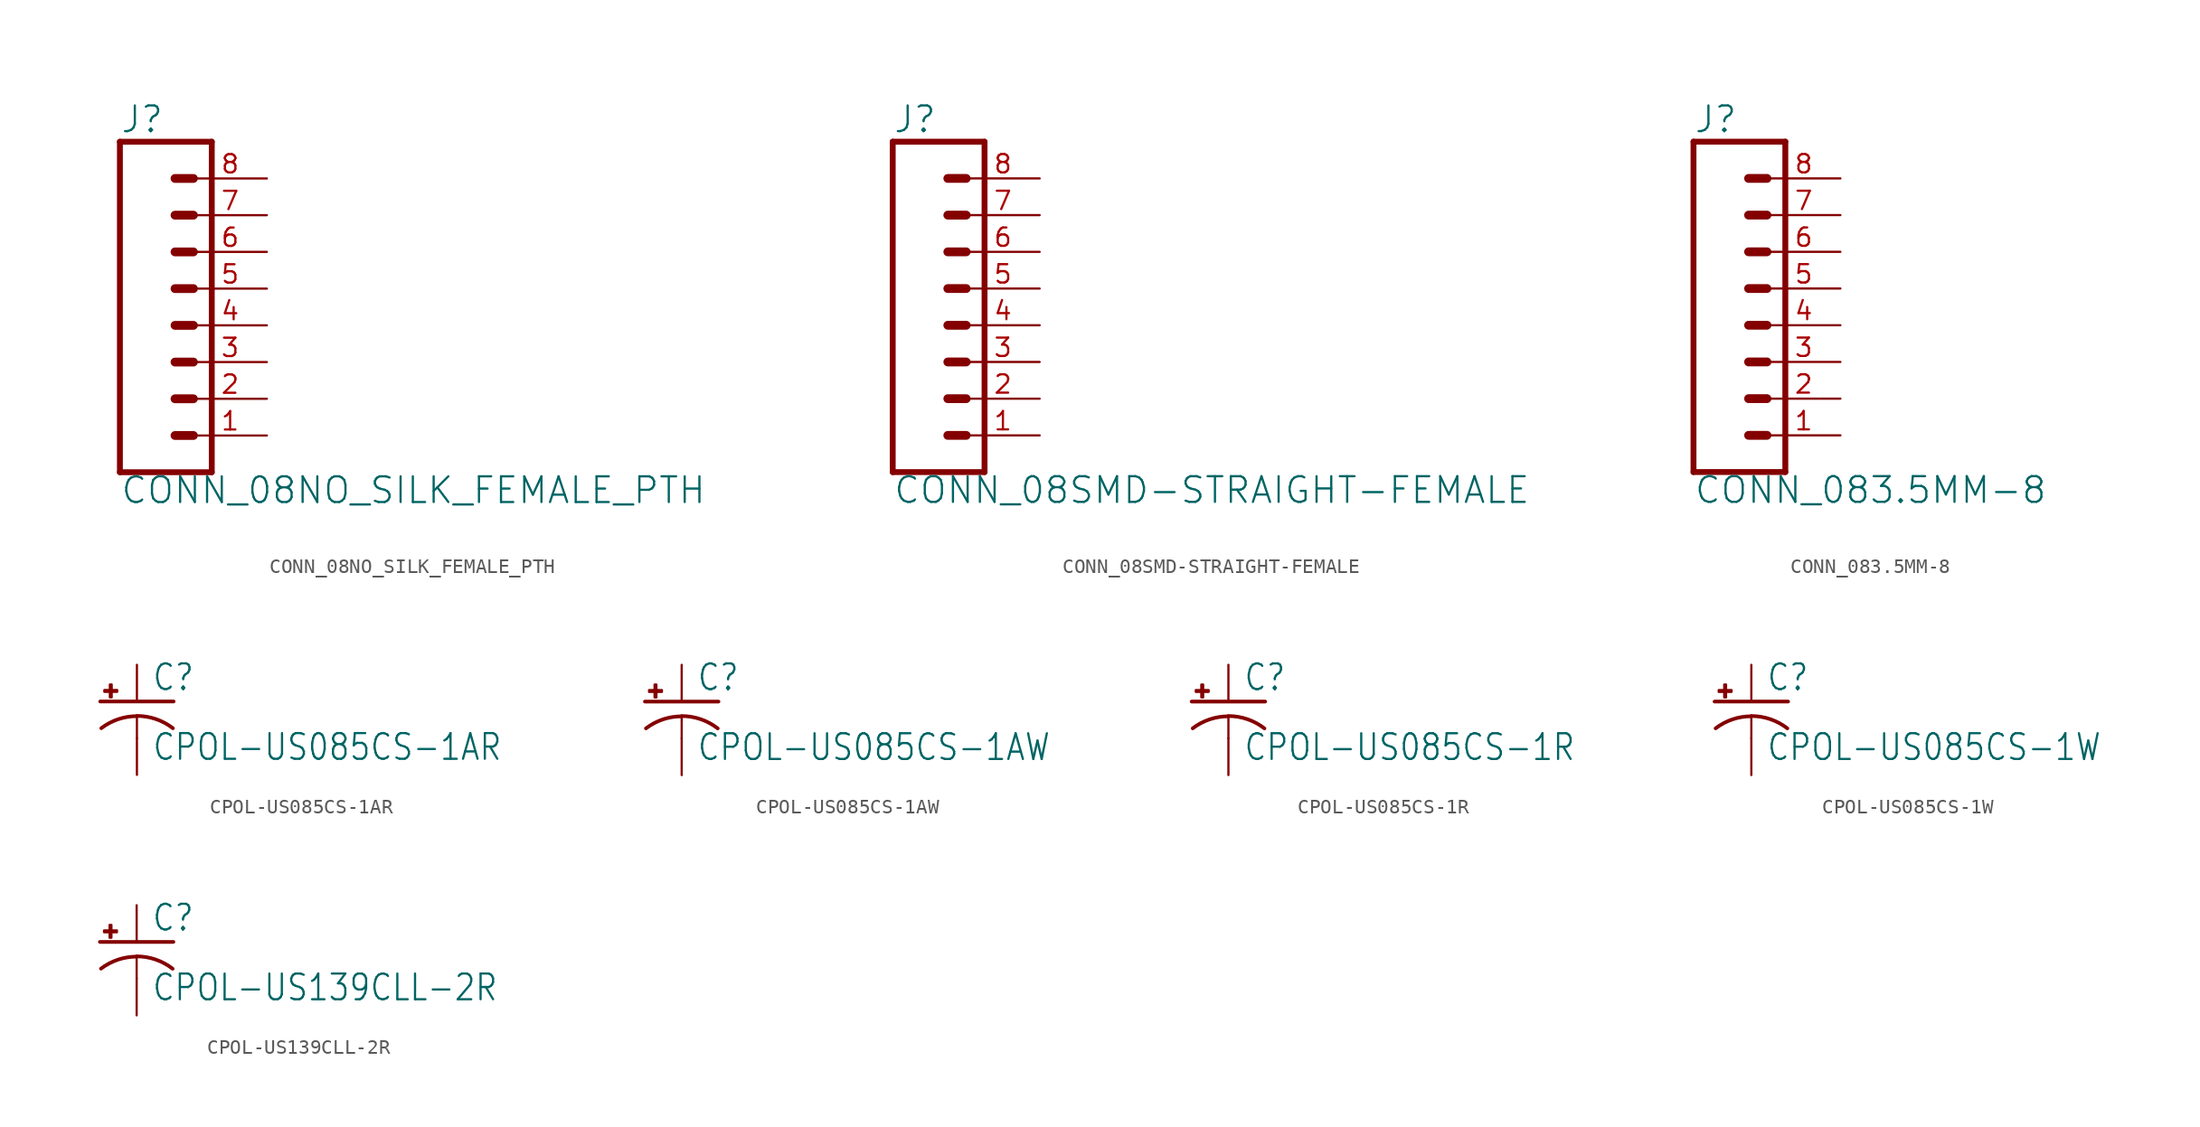
<source format=kicad_sym>
(kicad_symbol_lib
  (version 20220331)
  (generator kicad_symbol_editor)
  (symbol "CONN_08NO_SILK_FEMALE_PTH"
    (property "Reference" "J"
      (at -5.08 13.208 0)
      (effects (font (size 1.778 1.778)) (justify left bottom)))
    (property "Value" "CONN_08NO_SILK_FEMALE_PTH"
      (at -5.08 -12.446 0)
      (effects (font (size 1.778 1.778)) (justify left bottom)))
    (property "ki_locked" ""
      (at 0 0 0)
      (effects (font (size 1.27 1.27))))
    (symbol "CONN_08NO_SILK_FEMALE_PTH_1_0"
      (polyline (pts (xy -5.08 12.7) (xy -5.08 -10.16)) (stroke (width 0.406) (type solid)) (fill (type none)))
      (polyline (pts (xy -5.08 12.7) (xy 1.27 12.7)) (stroke (width 0.406) (type solid)) (fill (type none)))
      (polyline (pts (xy -1.27 -7.62) (xy 0 -7.62)) (stroke (width 0.61) (type solid)) (fill (type none)))
      (polyline (pts (xy -1.27 -5.08) (xy 0 -5.08)) (stroke (width 0.61) (type solid)) (fill (type none)))
      (polyline (pts (xy -1.27 -2.54) (xy 0 -2.54)) (stroke (width 0.61) (type solid)) (fill (type none)))
      (polyline (pts (xy -1.27 0) (xy 0 0)) (stroke (width 0.61) (type solid)) (fill (type none)))
      (polyline (pts (xy -1.27 2.54) (xy 0 2.54)) (stroke (width 0.61) (type solid)) (fill (type none)))
      (polyline (pts (xy -1.27 5.08) (xy 0 5.08)) (stroke (width 0.61) (type solid)) (fill (type none)))
      (polyline (pts (xy -1.27 7.62) (xy 0 7.62)) (stroke (width 0.61) (type solid)) (fill (type none)))
      (polyline (pts (xy -1.27 10.16) (xy 0 10.16)) (stroke (width 0.61) (type solid)) (fill (type none)))
      (polyline (pts (xy 1.27 -10.16) (xy -5.08 -10.16)) (stroke (width 0.406) (type solid)) (fill (type none)))
      (polyline (pts (xy 1.27 -10.16) (xy 1.27 12.7)) (stroke (width 0.406) (type solid)) (fill (type none)))
      (pin passive line (at 5.08 -7.62 180) (length 5.08) (name "1" (effects (font (size 0 0)))) (number "1" (effects (font (size 1.27 1.27)))))
      (pin passive line (at 5.08 -5.08 180) (length 5.08) (name "2" (effects (font (size 0 0)))) (number "2" (effects (font (size 1.27 1.27)))))
      (pin passive line (at 5.08 -2.54 180) (length 5.08) (name "3" (effects (font (size 0 0)))) (number "3" (effects (font (size 1.27 1.27)))))
      (pin passive line (at 5.08 0 180) (length 5.08) (name "4" (effects (font (size 0 0)))) (number "4" (effects (font (size 1.27 1.27)))))
      (pin passive line (at 5.08 2.54 180) (length 5.08) (name "5" (effects (font (size 0 0)))) (number "5" (effects (font (size 1.27 1.27)))))
      (pin passive line (at 5.08 5.08 180) (length 5.08) (name "6" (effects (font (size 0 0)))) (number "6" (effects (font (size 1.27 1.27)))))
      (pin passive line (at 5.08 7.62 180) (length 5.08) (name "7" (effects (font (size 0 0)))) (number "7" (effects (font (size 1.27 1.27)))))
      (pin passive line (at 5.08 10.16 180) (length 5.08) (name "8" (effects (font (size 0 0)))) (number "8" (effects (font (size 1.27 1.27)))))))
  (symbol "CONN_08SMD-STRAIGHT-FEMALE"
    (property "Reference" "J"
      (at -5.08 13.208 0)
      (effects (font (size 1.778 1.778)) (justify left bottom)))
    (property "Value" "CONN_08SMD-STRAIGHT-FEMALE"
      (at -5.08 -12.446 0)
      (effects (font (size 1.778 1.778)) (justify left bottom)))
    (property "ki_locked" ""
      (at 0 0 0)
      (effects (font (size 1.27 1.27))))
    (symbol "CONN_08SMD-STRAIGHT-FEMALE_1_0"
      (polyline (pts (xy -5.08 12.7) (xy -5.08 -10.16)) (stroke (width 0.406) (type solid)) (fill (type none)))
      (polyline (pts (xy -5.08 12.7) (xy 1.27 12.7)) (stroke (width 0.406) (type solid)) (fill (type none)))
      (polyline (pts (xy -1.27 -7.62) (xy 0 -7.62)) (stroke (width 0.61) (type solid)) (fill (type none)))
      (polyline (pts (xy -1.27 -5.08) (xy 0 -5.08)) (stroke (width 0.61) (type solid)) (fill (type none)))
      (polyline (pts (xy -1.27 -2.54) (xy 0 -2.54)) (stroke (width 0.61) (type solid)) (fill (type none)))
      (polyline (pts (xy -1.27 0) (xy 0 0)) (stroke (width 0.61) (type solid)) (fill (type none)))
      (polyline (pts (xy -1.27 2.54) (xy 0 2.54)) (stroke (width 0.61) (type solid)) (fill (type none)))
      (polyline (pts (xy -1.27 5.08) (xy 0 5.08)) (stroke (width 0.61) (type solid)) (fill (type none)))
      (polyline (pts (xy -1.27 7.62) (xy 0 7.62)) (stroke (width 0.61) (type solid)) (fill (type none)))
      (polyline (pts (xy -1.27 10.16) (xy 0 10.16)) (stroke (width 0.61) (type solid)) (fill (type none)))
      (polyline (pts (xy 1.27 -10.16) (xy -5.08 -10.16)) (stroke (width 0.406) (type solid)) (fill (type none)))
      (polyline (pts (xy 1.27 -10.16) (xy 1.27 12.7)) (stroke (width 0.406) (type solid)) (fill (type none)))
      (pin passive line (at 5.08 -7.62 180) (length 5.08) (name "1" (effects (font (size 0 0)))) (number "1" (effects (font (size 1.27 1.27)))))
      (pin passive line (at 5.08 -5.08 180) (length 5.08) (name "2" (effects (font (size 0 0)))) (number "2" (effects (font (size 1.27 1.27)))))
      (pin passive line (at 5.08 -2.54 180) (length 5.08) (name "3" (effects (font (size 0 0)))) (number "3" (effects (font (size 1.27 1.27)))))
      (pin passive line (at 5.08 0 180) (length 5.08) (name "4" (effects (font (size 0 0)))) (number "4" (effects (font (size 1.27 1.27)))))
      (pin passive line (at 5.08 2.54 180) (length 5.08) (name "5" (effects (font (size 0 0)))) (number "5" (effects (font (size 1.27 1.27)))))
      (pin passive line (at 5.08 5.08 180) (length 5.08) (name "6" (effects (font (size 0 0)))) (number "6" (effects (font (size 1.27 1.27)))))
      (pin passive line (at 5.08 7.62 180) (length 5.08) (name "7" (effects (font (size 0 0)))) (number "7" (effects (font (size 1.27 1.27)))))
      (pin passive line (at 5.08 10.16 180) (length 5.08) (name "8" (effects (font (size 0 0)))) (number "8" (effects (font (size 1.27 1.27)))))))
  (symbol "CONN_083.5MM-8"
    (property "Reference" "J"
      (at -5.08 13.208 0)
      (effects (font (size 1.778 1.778)) (justify left bottom)))
    (property "Value" "CONN_083.5MM-8"
      (at -5.08 -12.446 0)
      (effects (font (size 1.778 1.778)) (justify left bottom)))
    (property "ki_locked" ""
      (at 0 0 0)
      (effects (font (size 1.27 1.27))))
    (symbol "CONN_083.5MM-8_1_0"
      (polyline (pts (xy -5.08 12.7) (xy -5.08 -10.16)) (stroke (width 0.406) (type solid)) (fill (type none)))
      (polyline (pts (xy -5.08 12.7) (xy 1.27 12.7)) (stroke (width 0.406) (type solid)) (fill (type none)))
      (polyline (pts (xy -1.27 -7.62) (xy 0 -7.62)) (stroke (width 0.61) (type solid)) (fill (type none)))
      (polyline (pts (xy -1.27 -5.08) (xy 0 -5.08)) (stroke (width 0.61) (type solid)) (fill (type none)))
      (polyline (pts (xy -1.27 -2.54) (xy 0 -2.54)) (stroke (width 0.61) (type solid)) (fill (type none)))
      (polyline (pts (xy -1.27 0) (xy 0 0)) (stroke (width 0.61) (type solid)) (fill (type none)))
      (polyline (pts (xy -1.27 2.54) (xy 0 2.54)) (stroke (width 0.61) (type solid)) (fill (type none)))
      (polyline (pts (xy -1.27 5.08) (xy 0 5.08)) (stroke (width 0.61) (type solid)) (fill (type none)))
      (polyline (pts (xy -1.27 7.62) (xy 0 7.62)) (stroke (width 0.61) (type solid)) (fill (type none)))
      (polyline (pts (xy -1.27 10.16) (xy 0 10.16)) (stroke (width 0.61) (type solid)) (fill (type none)))
      (polyline (pts (xy 1.27 -10.16) (xy -5.08 -10.16)) (stroke (width 0.406) (type solid)) (fill (type none)))
      (polyline (pts (xy 1.27 -10.16) (xy 1.27 12.7)) (stroke (width 0.406) (type solid)) (fill (type none)))
      (pin passive line (at 5.08 -7.62 180) (length 5.08) (name "1" (effects (font (size 0 0)))) (number "1" (effects (font (size 1.27 1.27)))))
      (pin passive line (at 5.08 -5.08 180) (length 5.08) (name "2" (effects (font (size 0 0)))) (number "2" (effects (font (size 1.27 1.27)))))
      (pin passive line (at 5.08 -2.54 180) (length 5.08) (name "3" (effects (font (size 0 0)))) (number "3" (effects (font (size 1.27 1.27)))))
      (pin passive line (at 5.08 0 180) (length 5.08) (name "4" (effects (font (size 0 0)))) (number "4" (effects (font (size 1.27 1.27)))))
      (pin passive line (at 5.08 2.54 180) (length 5.08) (name "5" (effects (font (size 0 0)))) (number "5" (effects (font (size 1.27 1.27)))))
      (pin passive line (at 5.08 5.08 180) (length 5.08) (name "6" (effects (font (size 0 0)))) (number "6" (effects (font (size 1.27 1.27)))))
      (pin passive line (at 5.08 7.62 180) (length 5.08) (name "7" (effects (font (size 0 0)))) (number "7" (effects (font (size 1.27 1.27)))))
      (pin passive line (at 5.08 10.16 180) (length 5.08) (name "8" (effects (font (size 0 0)))) (number "8" (effects (font (size 1.27 1.27)))))))
  (symbol "CPOL-US085CS-1AR"
    (property "Reference" "C"
      (at 1.016 0.635 0)
      (effects (font (size 1.778 1.511)) (justify left bottom)))
    (property "Value" "CPOL-US085CS-1AR"
      (at 1.016 -4.191 0)
      (effects (font (size 1.778 1.511)) (justify left bottom)))
    (property "ki_locked" ""
      (at 0 0 0)
      (effects (font (size 1.27 1.27))))
    (symbol "CPOL-US085CS-1AR_1_0"
      (rectangle (start -2.253 0.668) (end -1.364 0.795) (stroke (width 0) (type default)) (fill (type outline)))
      (rectangle (start -1.872 0.287) (end -1.745 1.176) (stroke (width 0) (type default)) (fill (type outline)))
      (arc (start 0 -1.0161) (mid -1.3021 -1.2302) (end -2.4669 -1.8504) (stroke (width 0.254) (type solid)) (fill (type none)))
      (polyline (pts (xy -2.54 0) (xy 2.54 0)) (stroke (width 0.254) (type solid)) (fill (type none)))
      (polyline (pts (xy 0 -1.016) (xy 0 -2.54)) (stroke (width 0.152) (type solid)) (fill (type none)))
      (arc (start 2.4892 -1.8542) (mid 1.3158 -1.2195) (end 0 -1) (stroke (width 0.254) (type solid)) (fill (type none)))
      (pin passive line (at 0 2.54 270) (length 2.54) (name "+" (effects (font (size 0 0)))) (number "+" (effects (font (size 0 0)))))
      (pin passive line (at 0 -5.08 90) (length 2.54) (name "-" (effects (font (size 0 0)))) (number "-" (effects (font (size 0 0)))))))
  (symbol "CPOL-US085CS-1AW"
    (property "Reference" "C"
      (at 1.016 0.635 0)
      (effects (font (size 1.778 1.511)) (justify left bottom)))
    (property "Value" "CPOL-US085CS-1AW"
      (at 1.016 -4.191 0)
      (effects (font (size 1.778 1.511)) (justify left bottom)))
    (property "ki_locked" ""
      (at 0 0 0)
      (effects (font (size 1.27 1.27))))
    (symbol "CPOL-US085CS-1AW_1_0"
      (rectangle (start -2.253 0.668) (end -1.364 0.795) (stroke (width 0) (type default)) (fill (type outline)))
      (rectangle (start -1.872 0.287) (end -1.745 1.176) (stroke (width 0) (type default)) (fill (type outline)))
      (arc (start 0 -1.0161) (mid -1.3021 -1.2302) (end -2.4669 -1.8504) (stroke (width 0.254) (type solid)) (fill (type none)))
      (polyline (pts (xy -2.54 0) (xy 2.54 0)) (stroke (width 0.254) (type solid)) (fill (type none)))
      (polyline (pts (xy 0 -1.016) (xy 0 -2.54)) (stroke (width 0.152) (type solid)) (fill (type none)))
      (arc (start 2.4892 -1.8542) (mid 1.3158 -1.2195) (end 0 -1) (stroke (width 0.254) (type solid)) (fill (type none)))
      (pin passive line (at 0 2.54 270) (length 2.54) (name "+" (effects (font (size 0 0)))) (number "+" (effects (font (size 0 0)))))
      (pin passive line (at 0 -5.08 90) (length 2.54) (name "-" (effects (font (size 0 0)))) (number "-" (effects (font (size 0 0)))))))
  (symbol "CPOL-US085CS-1R"
    (property "Reference" "C"
      (at 1.016 0.635 0)
      (effects (font (size 1.778 1.511)) (justify left bottom)))
    (property "Value" "CPOL-US085CS-1R"
      (at 1.016 -4.191 0)
      (effects (font (size 1.778 1.511)) (justify left bottom)))
    (property "ki_locked" ""
      (at 0 0 0)
      (effects (font (size 1.27 1.27))))
    (symbol "CPOL-US085CS-1R_1_0"
      (rectangle (start -2.253 0.668) (end -1.364 0.795) (stroke (width 0) (type default)) (fill (type outline)))
      (rectangle (start -1.872 0.287) (end -1.745 1.176) (stroke (width 0) (type default)) (fill (type outline)))
      (arc (start 0 -1.0161) (mid -1.3021 -1.2302) (end -2.4669 -1.8504) (stroke (width 0.254) (type solid)) (fill (type none)))
      (polyline (pts (xy -2.54 0) (xy 2.54 0)) (stroke (width 0.254) (type solid)) (fill (type none)))
      (polyline (pts (xy 0 -1.016) (xy 0 -2.54)) (stroke (width 0.152) (type solid)) (fill (type none)))
      (arc (start 2.4892 -1.8542) (mid 1.3158 -1.2195) (end 0 -1) (stroke (width 0.254) (type solid)) (fill (type none)))
      (pin passive line (at 0 2.54 270) (length 2.54) (name "+" (effects (font (size 0 0)))) (number "+" (effects (font (size 0 0)))))
      (pin passive line (at 0 -5.08 90) (length 2.54) (name "-" (effects (font (size 0 0)))) (number "-" (effects (font (size 0 0)))))))
  (symbol "CPOL-US085CS-1W"
    (property "Reference" "C"
      (at 1.016 0.635 0)
      (effects (font (size 1.778 1.511)) (justify left bottom)))
    (property "Value" "CPOL-US085CS-1W"
      (at 1.016 -4.191 0)
      (effects (font (size 1.778 1.511)) (justify left bottom)))
    (property "ki_locked" ""
      (at 0 0 0)
      (effects (font (size 1.27 1.27))))
    (symbol "CPOL-US085CS-1W_1_0"
      (rectangle (start -2.253 0.668) (end -1.364 0.795) (stroke (width 0) (type default)) (fill (type outline)))
      (rectangle (start -1.872 0.287) (end -1.745 1.176) (stroke (width 0) (type default)) (fill (type outline)))
      (arc (start 0 -1.0161) (mid -1.3021 -1.2302) (end -2.4669 -1.8504) (stroke (width 0.254) (type solid)) (fill (type none)))
      (polyline (pts (xy -2.54 0) (xy 2.54 0)) (stroke (width 0.254) (type solid)) (fill (type none)))
      (polyline (pts (xy 0 -1.016) (xy 0 -2.54)) (stroke (width 0.152) (type solid)) (fill (type none)))
      (arc (start 2.4892 -1.8542) (mid 1.3158 -1.2195) (end 0 -1) (stroke (width 0.254) (type solid)) (fill (type none)))
      (pin passive line (at 0 2.54 270) (length 2.54) (name "+" (effects (font (size 0 0)))) (number "+" (effects (font (size 0 0)))))
      (pin passive line (at 0 -5.08 90) (length 2.54) (name "-" (effects (font (size 0 0)))) (number "-" (effects (font (size 0 0)))))))
  (symbol "CPOL-US139CLL-2R"
    (property "Reference" "C"
      (at 1.016 0.635 0)
      (effects (font (size 1.778 1.511)) (justify left bottom)))
    (property "Value" "CPOL-US139CLL-2R"
      (at 1.016 -4.191 0)
      (effects (font (size 1.778 1.511)) (justify left bottom)))
    (property "ki_locked" ""
      (at 0 0 0)
      (effects (font (size 1.27 1.27))))
    (symbol "CPOL-US139CLL-2R_1_0"
      (rectangle (start -2.253 0.668) (end -1.364 0.795) (stroke (width 0) (type default)) (fill (type outline)))
      (rectangle (start -1.872 0.287) (end -1.745 1.176) (stroke (width 0) (type default)) (fill (type outline)))
      (arc (start 0 -1.0161) (mid -1.3021 -1.2302) (end -2.4669 -1.8504) (stroke (width 0.254) (type solid)) (fill (type none)))
      (polyline (pts (xy -2.54 0) (xy 2.54 0)) (stroke (width 0.254) (type solid)) (fill (type none)))
      (polyline (pts (xy 0 -1.016) (xy 0 -2.54)) (stroke (width 0.152) (type solid)) (fill (type none)))
      (arc (start 2.4892 -1.8542) (mid 1.3158 -1.2195) (end 0 -1) (stroke (width 0.254) (type solid)) (fill (type none)))
      (pin passive line (at 0 2.54 270) (length 2.54) (name "+" (effects (font (size 0 0)))) (number "+" (effects (font (size 0 0)))))
      (pin passive line (at 0 -5.08 90) (length 2.54) (name "-" (effects (font (size 0 0)))) (number "-" (effects (font (size 0 0))))))))
</source>
